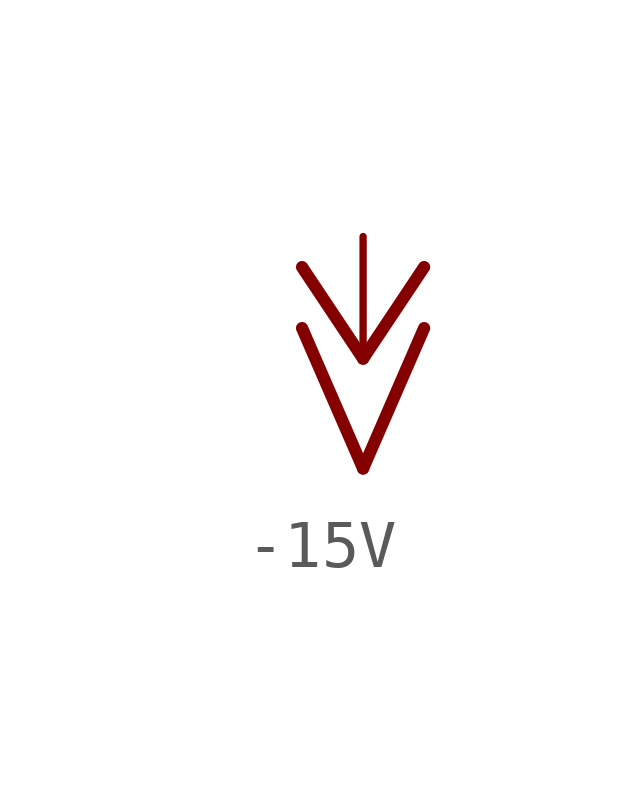
<source format=kicad_sym>
(kicad_symbol_lib
  (version 20231120)
  (generator "kicad_symbol_editor")
  (generator_version "8.0")
  (symbol "-15V"
    (power)
    (property "Reference" "#P-"
      (at 0 0 0)
      (effects (font (size 1.27 1.27)) (hide yes)))
    (property "Value" ""
      (at -2.54 -2.54 90)
      (effects (font (size 1.778 1.511)) (justify left bottom)))
    (property "ki_locked" ""
      (at 0 0 0)
      (effects (font (size 1.27 1.27))))
    (symbol "-15V_1_0"
      (polyline (pts (xy -1.27 0.635) (xy 0 -2.286)) (stroke (width 0.254) (type solid)) (fill (type none)))
      (polyline (pts (xy -1.27 1.905) (xy 0 0)) (stroke (width 0.254) (type solid)) (fill (type none)))
      (polyline (pts (xy 0 -2.286) (xy 1.27 0.635)) (stroke (width 0.254) (type solid)) (fill (type none)))
      (polyline (pts (xy 0 0) (xy 1.27 1.905)) (stroke (width 0.254) (type solid)) (fill (type none)))
      (pin power_in line (at 0 2.54 270) (length 2.54) (name "-15V" (effects (font (size 0 0)))) (number "1" (effects (font (size 0 0))))))))
</source>
